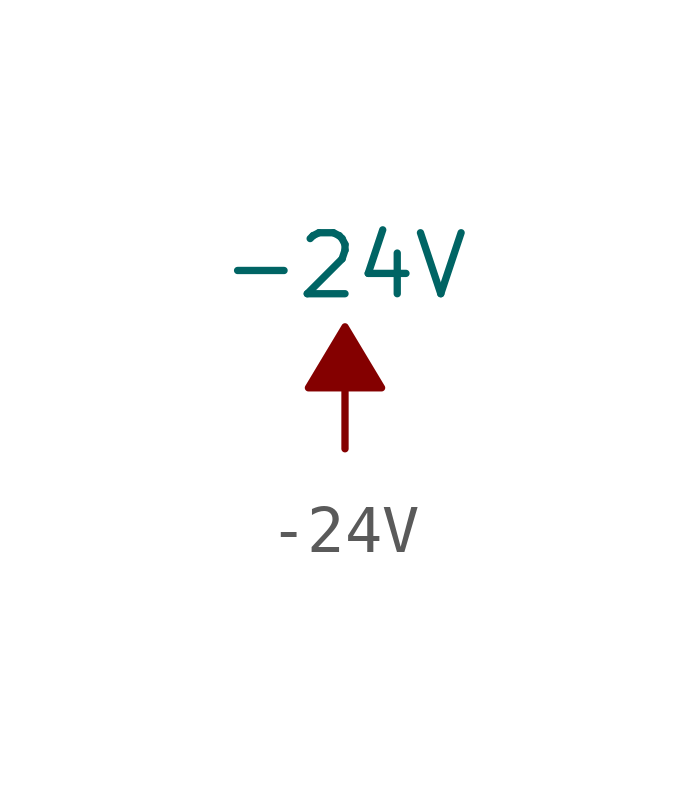
<source format=kicad_sym>
(kicad_symbol_lib
  (version 20231120)
  (generator "kicad_symbol_editor")
  (generator_version "8.0")
  (symbol "-24V"
    (power)
    (pin_numbers hide)
    (pin_names
      (offset 0) hide)
    (property "Reference" "#PWR"
      (at 0 2.54 0)
      (effects (font (size 1.27 1.27)) (hide yes)))
    (property "Value" "-24V"
      (at 0 3.81 0)
      (effects (font (size 1.27 1.27))))
    (symbol "-24V_0_0"
      (pin power_in line (at 0 0 90) (length 0) hide (name "-24V" (effects (font (size 1.27 1.27)))) (number "1" (effects (font (size 1.27 1.27))))))
    (symbol "-24V_0_1"
      (polyline (pts (xy 0 0) (xy 0 1.27) (xy 0.762 1.27) (xy 0 2.54) (xy -0.762 1.27) (xy 0 1.27)) (stroke (width 0) (type default)) (fill (type outline))))))
</source>
